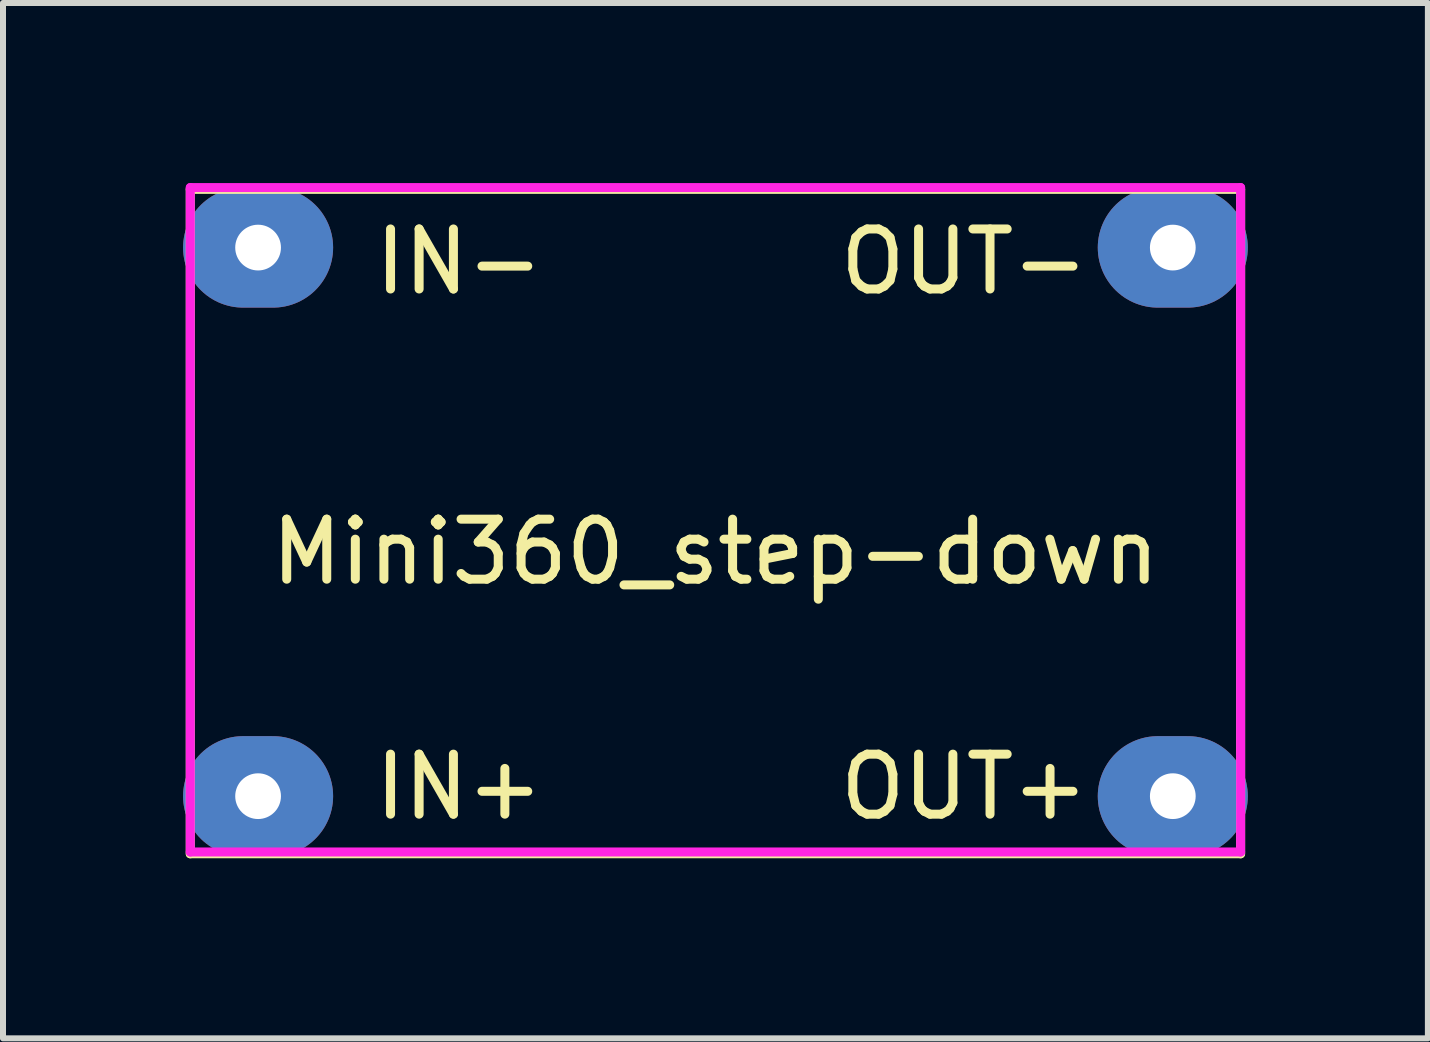
<source format=kicad_pcb>
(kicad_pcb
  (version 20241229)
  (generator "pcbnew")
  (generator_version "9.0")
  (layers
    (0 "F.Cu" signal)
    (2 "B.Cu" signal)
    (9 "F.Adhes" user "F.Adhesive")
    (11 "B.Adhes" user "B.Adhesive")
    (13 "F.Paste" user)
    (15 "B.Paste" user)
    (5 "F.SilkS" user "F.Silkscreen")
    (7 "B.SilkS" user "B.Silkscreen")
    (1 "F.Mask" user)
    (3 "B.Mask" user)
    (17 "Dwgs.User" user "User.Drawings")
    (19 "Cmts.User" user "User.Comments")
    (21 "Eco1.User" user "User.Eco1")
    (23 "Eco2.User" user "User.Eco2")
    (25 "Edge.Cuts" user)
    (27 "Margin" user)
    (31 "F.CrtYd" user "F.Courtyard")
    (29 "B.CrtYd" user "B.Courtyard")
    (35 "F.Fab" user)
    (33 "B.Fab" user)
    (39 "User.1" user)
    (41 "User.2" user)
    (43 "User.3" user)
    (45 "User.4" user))
  (footprint "Mini360_step-down"
    (layer "F.Cu")
    (at 8.87 5.645)
    (property "Reference" "Mini360_step-down" (at 0 0.5 0) (layer "F.SilkS") (effects (font (size 1 1) (thickness 0.15))))
    (attr through_hole)
    (fp_line (start -8.75 -5.54) (end -8.75 5.53) (stroke (width 0.15) (type solid)) (layer "F.SilkS"))
    (fp_line (start -8.75 -5.54) (end 8.75 -5.54) (stroke (width 0.15) (type solid)) (layer "F.SilkS"))
    (fp_line (start 8.75 5.53) (end -8.75 5.53) (stroke (width 0.15) (type solid)) (layer "F.SilkS"))
    (fp_line (start 8.75 5.53) (end 8.75 -5.54) (stroke (width 0.15) (type solid)) (layer "F.SilkS"))
    (fp_line (start -8.75 -5.57) (end -8.75 5.5) (stroke (width 0.15) (type solid)) (layer "F.CrtYd"))
    (fp_line (start -8.75 -5.57) (end 8.75 -5.57) (stroke (width 0.15) (type solid)) (layer "F.CrtYd"))
    (fp_line (start 8.75 5.5) (end -8.75 5.5) (stroke (width 0.15) (type solid)) (layer "F.CrtYd"))
    (fp_line (start 8.75 5.5) (end 8.75 -5.57) (stroke (width 0.15) (type solid)) (layer "F.CrtYd"))
    (fp_text user "OUT+" (at 2 5 0) (unlocked yes) (layer "F.SilkS") (effects (font (size 1 1) (thickness 0.15)) (justify left bottom)))
    (fp_text user "IN+" (at -5.75 5 0) (unlocked yes) (layer "F.SilkS") (effects (font (size 1 1) (thickness 0.15)) (justify left bottom)))
    (fp_text user "OUT-" (at 2 -3.75 0) (unlocked yes) (layer "F.SilkS") (effects (font (size 1 1) (thickness 0.15)) (justify left bottom)))
    (fp_text user "IN-" (at -5.75 -3.75 0) (unlocked yes) (layer "F.SilkS") (effects (font (size 1 1) (thickness 0.15)) (justify left bottom)))
    (pad "1" thru_hole oval (at -7.62 -4.57) (size 2.5 2) (drill 0.762) (layers "*.Cu" "*.Mask"))
    (pad "2" thru_hole oval (at -7.62 4.57) (size 2.5 2) (drill 0.762) (layers "*.Cu" "*.Mask"))
    (pad "3" thru_hole oval (at 7.62 -4.57) (size 2.5 2) (drill 0.762) (layers "*.Cu" "*.Mask"))
    (pad "4" thru_hole oval (at 7.62 4.57) (size 2.5 2) (drill 0.762) (layers "*.Cu" "*.Mask")))
  (gr_rect
    (start -3 -3)
    (end 20.74 14.25)
    (stroke (width 0.1) (type default))
    (fill no)
    (layer "Edge.Cuts")))
</source>
